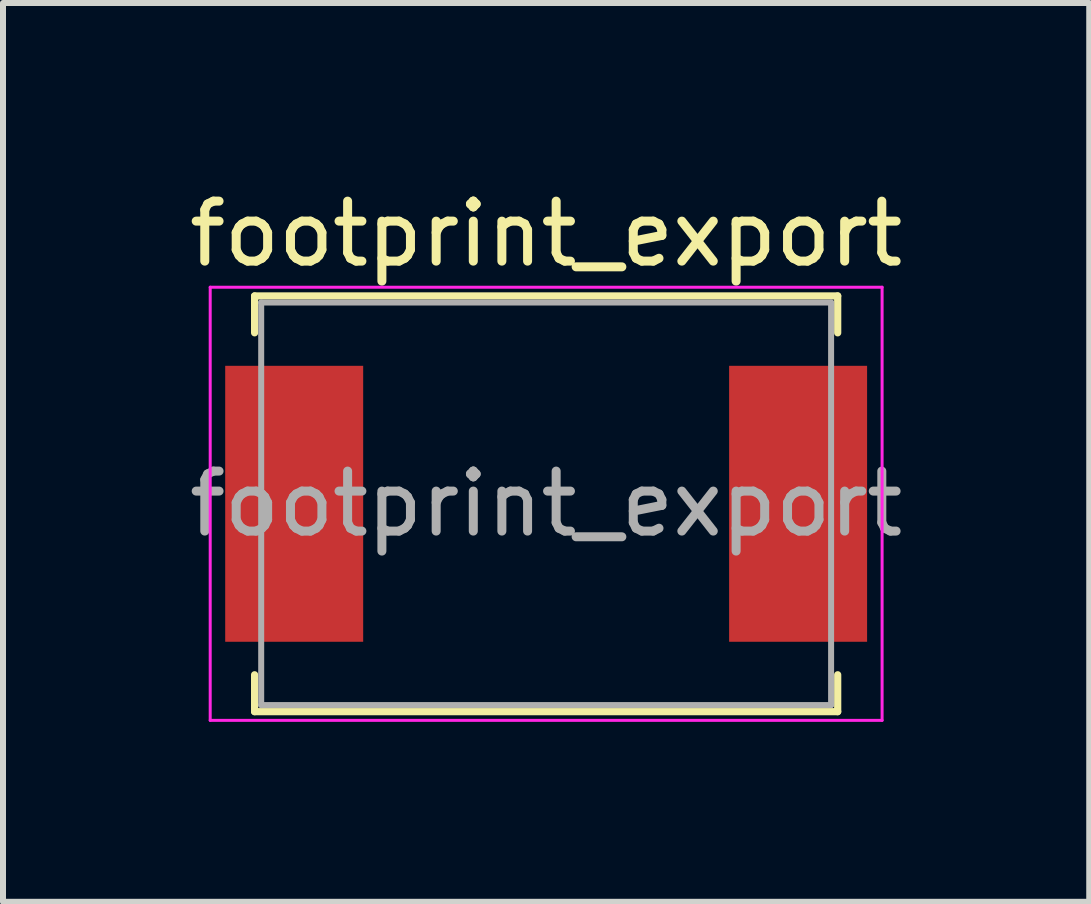
<source format=kicad_pcb>
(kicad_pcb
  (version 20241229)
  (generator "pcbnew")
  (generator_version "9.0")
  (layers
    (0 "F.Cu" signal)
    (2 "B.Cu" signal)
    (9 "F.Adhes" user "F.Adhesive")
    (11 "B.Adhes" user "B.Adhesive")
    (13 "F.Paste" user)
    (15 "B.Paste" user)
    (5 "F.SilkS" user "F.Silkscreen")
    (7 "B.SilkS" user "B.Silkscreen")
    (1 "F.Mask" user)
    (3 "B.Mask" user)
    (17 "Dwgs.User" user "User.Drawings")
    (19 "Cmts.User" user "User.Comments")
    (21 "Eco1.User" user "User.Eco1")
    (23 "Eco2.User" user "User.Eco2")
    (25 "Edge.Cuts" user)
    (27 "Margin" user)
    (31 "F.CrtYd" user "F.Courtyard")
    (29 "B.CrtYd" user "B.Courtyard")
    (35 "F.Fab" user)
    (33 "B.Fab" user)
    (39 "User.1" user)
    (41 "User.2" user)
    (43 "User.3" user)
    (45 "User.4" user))
  (footprint "footprint_export"
    (layer "F.Cu")
    (at 6.054 5.348)
    (property "Reference" "footprint_export" (at 0 -4.5 0) (layer "F.SilkS") (effects (font (size 1 1) (thickness 0.15))))
    (attr smd)
    (fp_line (start -4.86 -3.465) (end 4.86 -3.465) (stroke (width 0.12) (type solid)) (layer "F.SilkS"))
    (fp_line (start -4.86 -2.85) (end -4.86 -3.465) (stroke (width 0.12) (type solid)) (layer "F.SilkS"))
    (fp_line (start -4.86 2.85) (end -4.86 3.465) (stroke (width 0.12) (type solid)) (layer "F.SilkS"))
    (fp_line (start -4.86 3.465) (end 4.86 3.465) (stroke (width 0.12) (type solid)) (layer "F.SilkS"))
    (fp_line (start 4.86 -2.85) (end 4.86 -3.465) (stroke (width 0.12) (type solid)) (layer "F.SilkS"))
    (fp_line (start 4.86 2.85) (end 4.86 3.465) (stroke (width 0.12) (type solid)) (layer "F.SilkS"))
    (fp_line (start -5.6 -3.61) (end 5.6 -3.61) (stroke (width 0.05) (type solid)) (layer "F.CrtYd"))
    (fp_line (start -5.6 3.61) (end -5.6 -3.61) (stroke (width 0.05) (type solid)) (layer "F.CrtYd"))
    (fp_line (start 5.6 -3.61) (end 5.6 3.61) (stroke (width 0.05) (type solid)) (layer "F.CrtYd"))
    (fp_line (start 5.6 3.61) (end -5.6 3.61) (stroke (width 0.05) (type solid)) (layer "F.CrtYd"))
    (fp_line (start -4.75 -3.355) (end 4.75 -3.355) (stroke (width 0.1) (type solid)) (layer "F.Fab"))
    (fp_line (start -4.75 3.355) (end -4.75 -3.355) (stroke (width 0.1) (type solid)) (layer "F.Fab"))
    (fp_line (start 4.75 -3.355) (end 4.75 3.355) (stroke (width 0.1) (type solid)) (layer "F.Fab"))
    (fp_line (start 4.75 3.355) (end -4.75 3.355) (stroke (width 0.1) (type solid)) (layer "F.Fab"))
    (fp_text user "${REFERENCE}" (at 0 0 0) (layer "F.Fab") (effects (font (size 1 1) (thickness 0.15))))
    (pad "1" smd rect (at -4.2 0) (size 2.3 4.6) (layers "F.Cu" "F.Mask" "F.Paste"))
    (pad "2" smd rect (at 4.2 0) (size 2.3 4.6) (layers "F.Cu" "F.Mask" "F.Paste")))
  (gr_rect
    (start -3 -3)
    (end 15.107 11.983)
    (stroke (width 0.1) (type default))
    (fill no)
    (layer "Edge.Cuts")))
</source>
